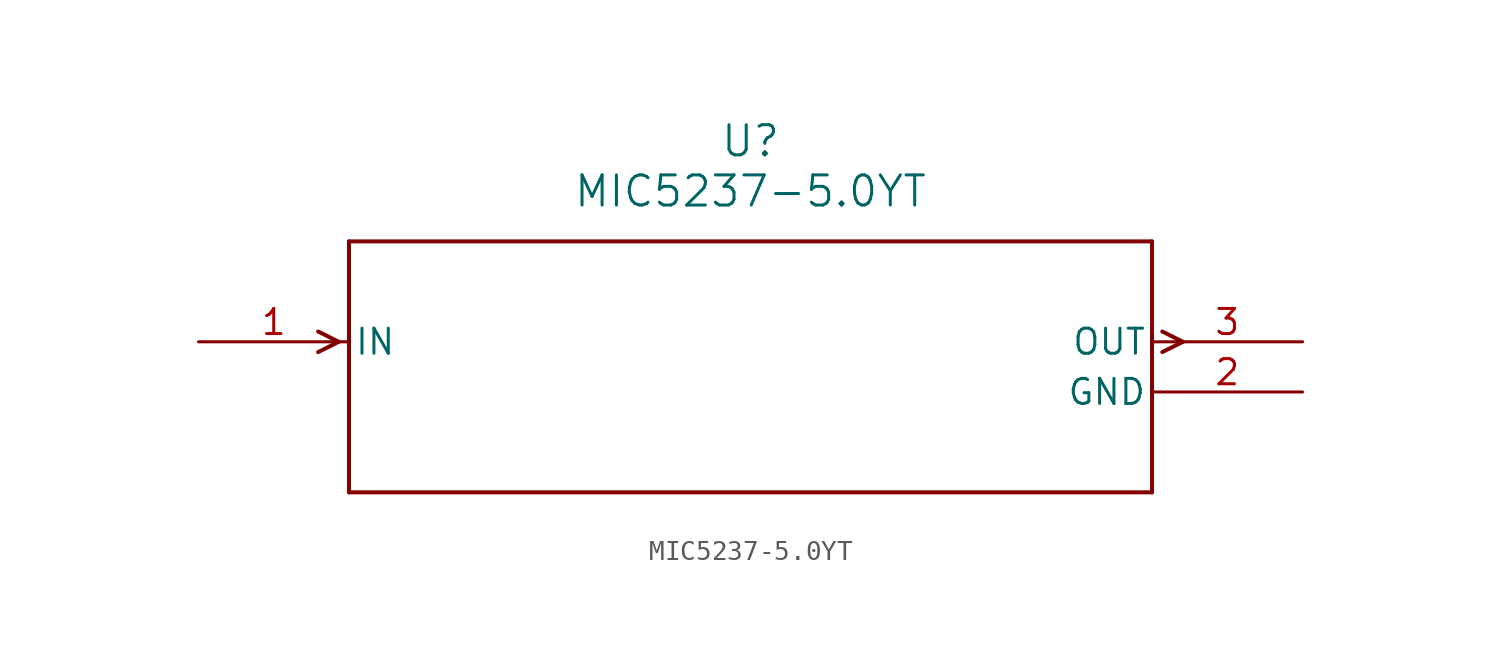
<source format=kicad_sym>
(kicad_symbol_lib
  (version 20211014)
  (generator kicad_symbol_editor)
  (symbol "MIC5237-5.0YT"
    (pin_names
      (offset 0.254))
    (property "Reference" "U"
      (at 27.94 10.16 0)
      (effects (font (size 1.524 1.524))))
    (property "Value" "MIC5237-5.0YT"
      (at 27.94 7.62 0)
      (effects (font (size 1.524 1.524))))
    (symbol "MIC5237-5.0YT_0_1"
      (polyline (pts (xy 7.099 0) (xy 6.058 0.521)) (stroke (width 0.203) (type default) (color 0 0 0 0)) (fill (type none)))
      (polyline (pts (xy 7.099 0) (xy 6.058 -0.521)) (stroke (width 0.203) (type default) (color 0 0 0 0)) (fill (type none)))
      (polyline (pts (xy 48.781 0.521) (xy 49.822 0)) (stroke (width 0.203) (type default) (color 0 0 0 0)) (fill (type none)))
      (polyline (pts (xy 48.781 -0.521) (xy 49.822 0)) (stroke (width 0.203) (type default) (color 0 0 0 0)) (fill (type none)))
      (polyline (pts (xy 7.62 5.08) (xy 7.62 -7.62)) (stroke (width 0.203) (type default) (color 0 0 0 0)) (fill (type none)))
      (polyline (pts (xy 7.62 -7.62) (xy 48.26 -7.62)) (stroke (width 0.203) (type default) (color 0 0 0 0)) (fill (type none)))
      (polyline (pts (xy 48.26 -7.62) (xy 48.26 5.08)) (stroke (width 0.203) (type default) (color 0 0 0 0)) (fill (type none)))
      (polyline (pts (xy 48.26 5.08) (xy 7.62 5.08)) (stroke (width 0.203) (type default) (color 0 0 0 0)) (fill (type none)))
      (pin input line (at 0 0 0) (length 7.62) (name "IN" (effects (font (size 1.27 1.27)))) (number "1" (effects (font (size 1.27 1.27)))))
      (pin power_in line (at 55.88 -2.54 180) (length 7.62) (name "GND" (effects (font (size 1.27 1.27)))) (number "2" (effects (font (size 1.27 1.27)))))
      (pin output line (at 55.88 0 180) (length 7.62) (name "OUT" (effects (font (size 1.27 1.27)))) (number "3" (effects (font (size 1.27 1.27))))))))
</source>
